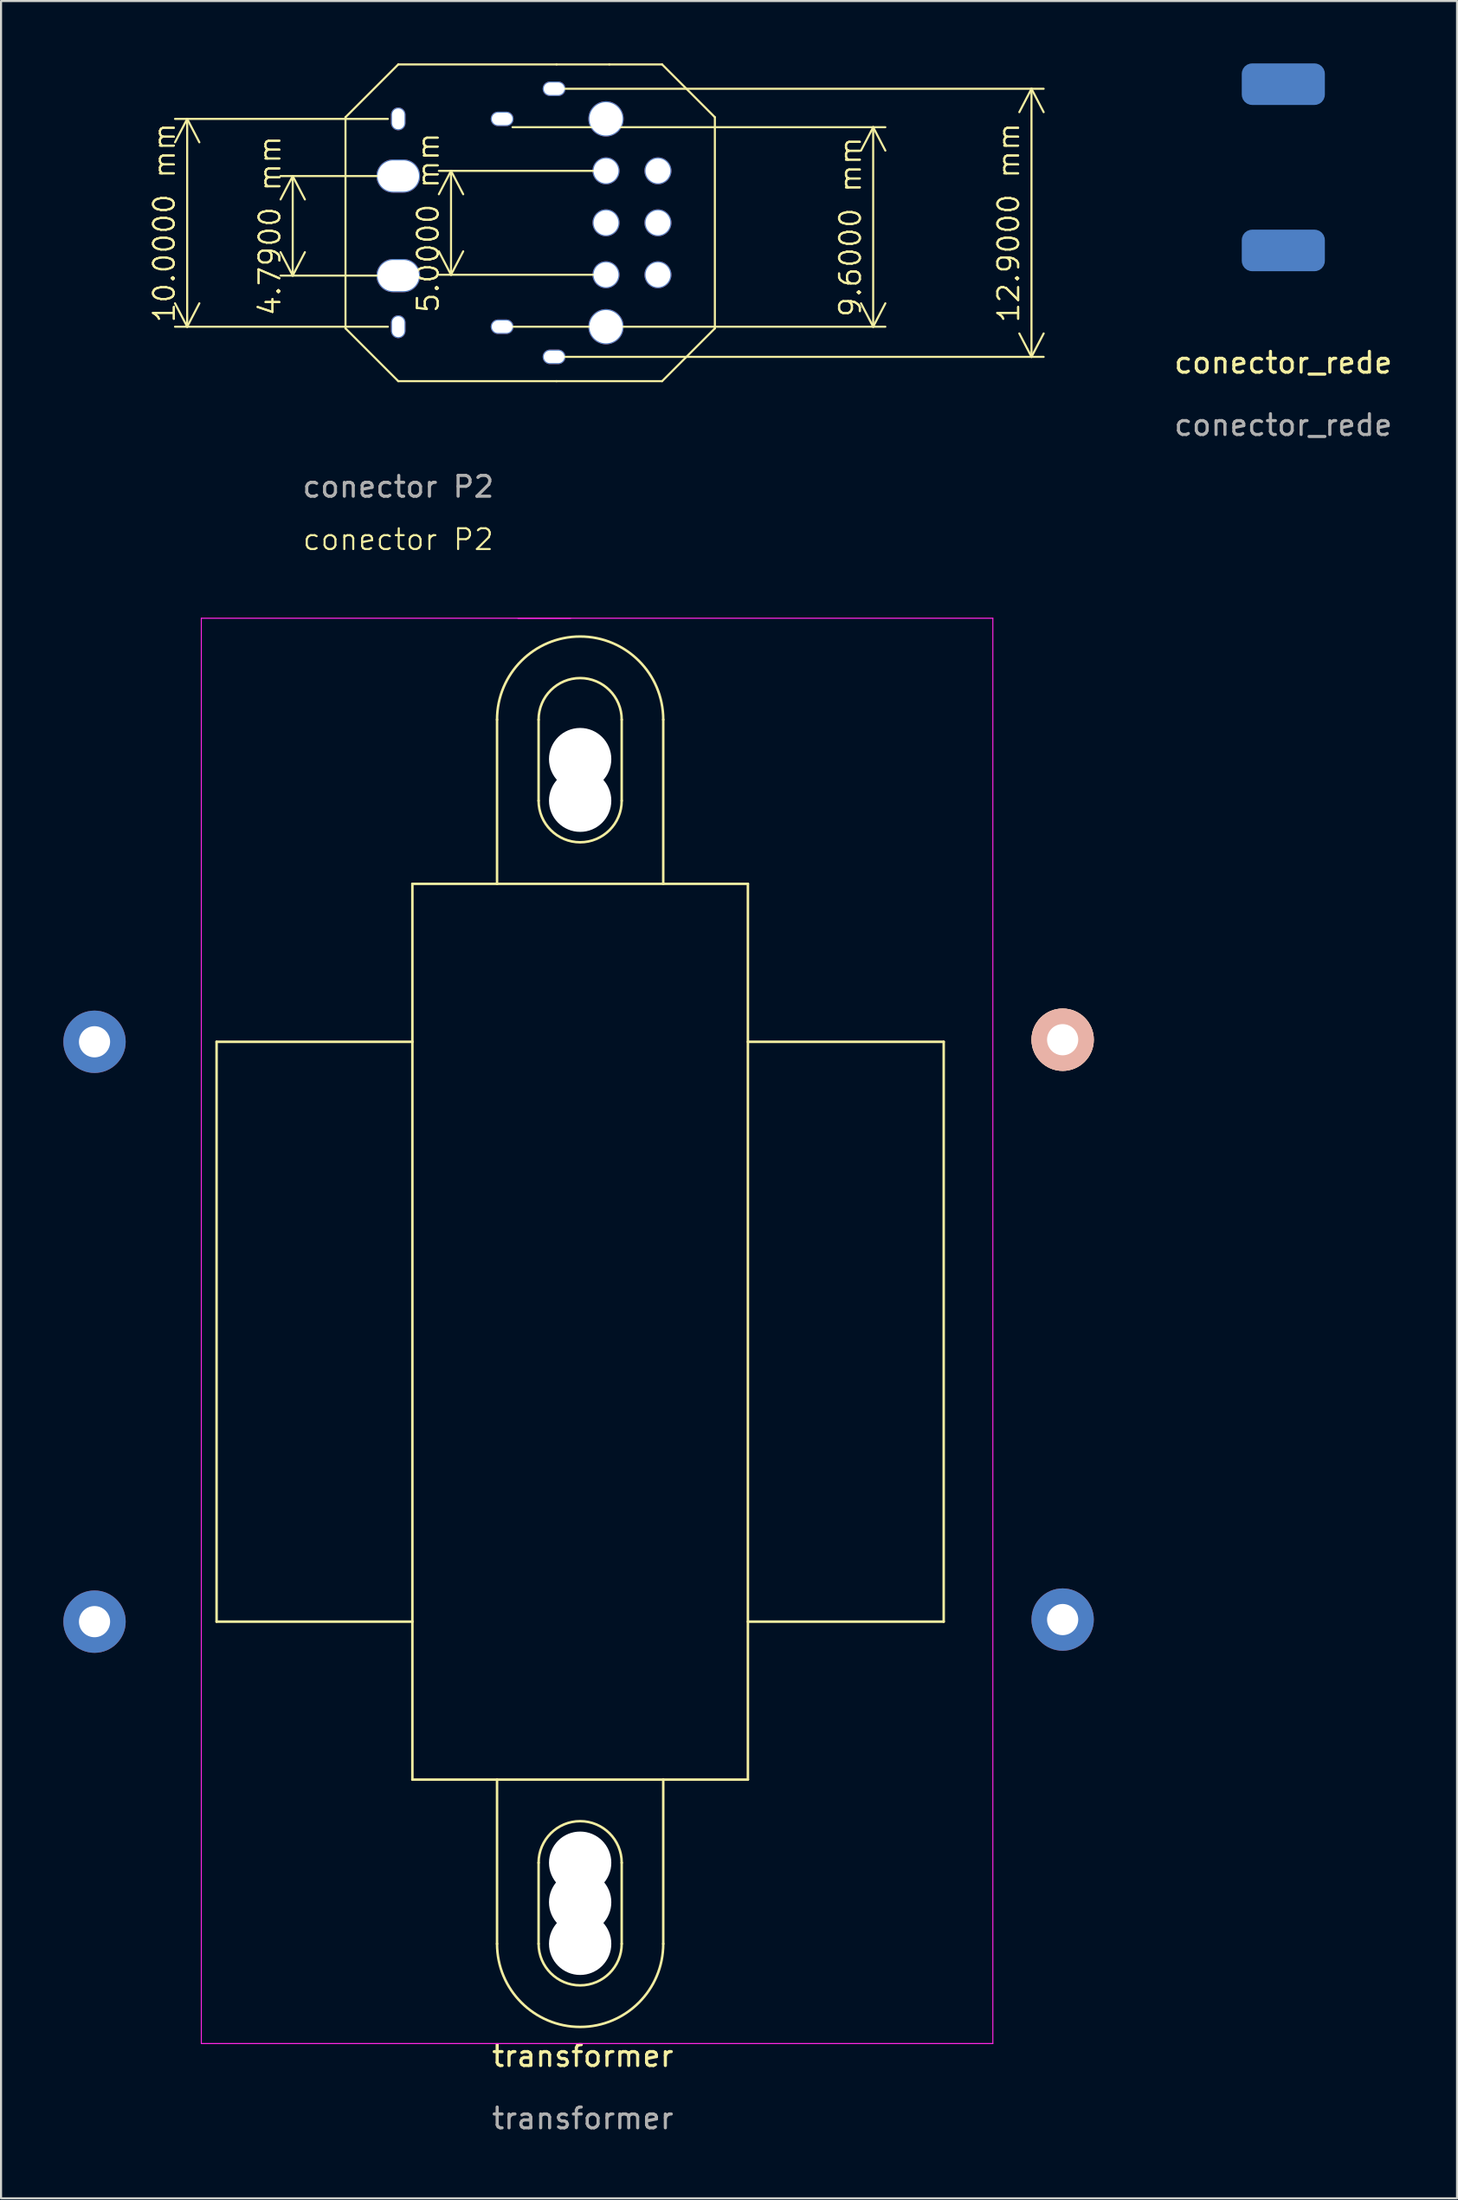
<source format=kicad_pcb>
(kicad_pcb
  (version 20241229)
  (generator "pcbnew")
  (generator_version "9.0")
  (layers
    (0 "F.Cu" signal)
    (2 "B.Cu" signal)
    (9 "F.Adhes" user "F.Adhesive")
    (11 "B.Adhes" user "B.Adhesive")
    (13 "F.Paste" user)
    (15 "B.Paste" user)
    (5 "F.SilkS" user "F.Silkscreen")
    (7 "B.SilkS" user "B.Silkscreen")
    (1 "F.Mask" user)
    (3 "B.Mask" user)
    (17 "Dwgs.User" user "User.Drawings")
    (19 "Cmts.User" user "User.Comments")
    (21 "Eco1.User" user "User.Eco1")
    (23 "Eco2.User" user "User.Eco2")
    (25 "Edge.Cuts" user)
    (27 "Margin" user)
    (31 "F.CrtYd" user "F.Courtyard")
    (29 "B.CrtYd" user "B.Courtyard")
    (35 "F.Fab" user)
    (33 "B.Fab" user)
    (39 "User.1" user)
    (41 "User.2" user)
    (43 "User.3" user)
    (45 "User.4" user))
  (footprint "conector_rede"
    (layer "F.Cu")
    (at 58.722 9)
    (property "Reference" "conector_rede" (at 0 5.4 0) (unlocked yes) (layer "F.SilkS") (effects (font (size 1 1) (thickness 0.15))))
    (attr through_hole)
    (fp_text user "${REFERENCE}" (at 0 8.4 0) (unlocked yes) (layer "F.Fab") (effects (font (size 1 1) (thickness 0.15))))
    (pad "1" smd roundrect (at 0 -8) (size 4 2) (layers "F.Mask" "B.Cu" "F.Paste") (roundrect_rratio 0.25))
    (pad "2" smd roundrect (at 0 0) (size 4 2) (layers "F.Mask" "B.Cu" "F.Paste") (roundrect_rratio 0.25)))
  (footprint "conector P2"
    (layer "F.Cu")
    (at 16.12 7.67)
    (property "Reference" "conector P2" (at 0 15.24 0) (unlocked yes) (layer "F.SilkS") (effects (font (size 1 1) (thickness 0.1))))
    (attr smd)
    (fp_line (start -2.54 -5.08) (end 0 -7.62) (stroke (width 0.1) (type solid)) (layer "F.SilkS"))
    (fp_line (start -2.54 5.08) (end -2.54 -5.08) (stroke (width 0.1) (type solid)) (layer "F.SilkS"))
    (fp_line (start 0 -7.62) (end 7.62 -7.62) (stroke (width 0.1) (type solid)) (layer "F.SilkS"))
    (fp_line (start 0 7.62) (end -2.54 5.08) (stroke (width 0.1) (type solid)) (layer "F.SilkS"))
    (fp_line (start 7.62 -7.62) (end 10.16 -7.62) (stroke (width 0.1) (type solid)) (layer "F.SilkS"))
    (fp_line (start 7.62 7.62) (end 0 7.62) (stroke (width 0.1) (type solid)) (layer "F.SilkS"))
    (fp_line (start 10.16 -7.62) (end 12.7 -7.62) (stroke (width 0.1) (type solid)) (layer "F.SilkS"))
    (fp_line (start 12.7 -7.62) (end 15.24 -5.08) (stroke (width 0.1) (type solid)) (layer "F.SilkS"))
    (fp_line (start 12.7 7.62) (end 7.62 7.62) (stroke (width 0.1) (type solid)) (layer "F.SilkS"))
    (fp_line (start 15.24 -5.08) (end 15.24 5.08) (stroke (width 0.1) (type solid)) (layer "F.SilkS"))
    (fp_line (start 15.24 5.08) (end 12.7 7.62) (stroke (width 0.1) (type solid)) (layer "F.SilkS"))
    (fp_text user "${REFERENCE}" (at 0 12.7 0) (unlocked yes) (layer "F.Fab") (effects (font (size 1 1) (thickness 0.15))))
    (dimension (type aligned) (layer "F.SilkS") (pts (xy 16.12 12.67) (xy 16.12 2.67)) (height -10.16) (format (prefix "") (suffix "") (units 3) (units_format 1) (precision 4)) (style (thickness 0.1) (arrow_length 1.27) (text_position_mode 0) (arrow_direction outward) (extension_height 0.586) (extension_offset 0.5) (keep_text_aligned yes)) (gr_text "10.0000 mm" (at 4.86 7.67 90) (layer "F.SilkS") (effects (font (size 1 1) (thickness 0.1)))))
    (dimension (type aligned) (layer "F.SilkS") (pts (xy 21.12 12.67) (xy 21.12 3.07)) (height 17.86) (format (prefix "") (suffix "") (units 3) (units_format 1) (precision 4)) (style (thickness 0.1) (arrow_length 1.27) (text_position_mode 0) (arrow_direction outward) (extension_height 0.586) (extension_offset 0.5) (keep_text_aligned yes)) (gr_text "9.6000 mm" (at 37.88 7.87 90) (layer "F.SilkS") (effects (font (size 1 1) (thickness 0.1)))))
    (dimension (type aligned) (layer "F.SilkS") (pts (xy 26.12 5.17) (xy 26.12 10.17)) (height 7.46) (format (prefix "") (suffix "") (units 3) (units_format 1) (precision 4)) (style (thickness 0.1) (arrow_length 1.27) (text_position_mode 0) (arrow_direction outward) (extension_height 0.586) (extension_offset 0.5) (keep_text_aligned yes)) (gr_text "5.0000 mm" (at 17.56 7.67 90) (layer "F.SilkS") (effects (font (size 1 1) (thickness 0.1)))))
    (dimension (type aligned) (layer "F.SilkS") (pts (xy 16.12 10.21) (xy 16.12 5.42)) (height -5.08) (format (prefix "") (suffix "") (units 3) (units_format 1) (precision 4)) (style (thickness 0.1) (arrow_length 1.27) (text_position_mode 0) (arrow_direction outward) (extension_height 0.586) (extension_offset 0.5) (keep_text_aligned yes)) (gr_text "4.7900 mm" (at 9.94 7.815 90) (layer "F.SilkS") (effects (font (size 1 1) (thickness 0.1)))))
    (dimension (type aligned) (layer "F.SilkS") (pts (xy 23.62 1.22) (xy 23.62 14.12)) (height -22.98) (format (prefix "") (suffix "") (units 3) (units_format 1) (precision 4)) (style (thickness 0.1) (arrow_length 1.27) (text_position_mode 0) (arrow_direction outward) (extension_height 0.586) (extension_offset 0.5) (keep_text_aligned yes)) (gr_text "12.9000 mm" (at 45.5 7.67 90) (layer "F.SilkS") (effects (font (size 1 1) (thickness 0.1)))))
    (pad "" np_thru_hole oval (at 0 -2.25) (size 2.1 1.6) (drill oval 2 1.5) (layers "*.Cu" "*.Mask"))
    (pad "" np_thru_hole oval (at 0 2.54) (size 2.1 1.6) (drill oval 2 1.5) (layers "*.Cu" "*.Mask"))
    (pad "" np_thru_hole circle (at 10 -5) (size 1.7 1.7) (drill 1.6) (layers "*.Cu" "*.Mask"))
    (pad "" np_thru_hole circle (at 10 -2.5) (size 1.3 1.3) (drill 1.2) (layers "*.Cu" "*.Mask"))
    (pad "" np_thru_hole circle (at 10 0) (size 1.3 1.3) (drill 1.2) (layers "*.Cu" "*.Mask"))
    (pad "" np_thru_hole circle (at 10 2.5) (size 1.3 1.3) (drill 1.2) (layers "*.Cu" "*.Mask"))
    (pad "" np_thru_hole circle (at 10 5) (size 1.7 1.7) (drill 1.6) (layers "*.Cu" "*.Mask"))
    (pad "" np_thru_hole circle (at 12.5 -2.5) (size 1.3 1.3) (drill 1.2) (layers "*.Cu" "*.Mask"))
    (pad "" np_thru_hole circle (at 12.5 0) (size 1.3 1.3) (drill 1.2) (layers "*.Cu" "*.Mask"))
    (pad "" np_thru_hole circle (at 12.5 2.5) (size 1.3 1.3) (drill 1.2) (layers "*.Cu" "*.Mask"))
    (pad "1" thru_hole oval (at 0 5) (size 0.7 1.1) (drill oval 0.6 1) (layers "*.Cu" "*.Mask"))
    (pad "2" thru_hole oval (at 0 -5) (size 0.7 1.1) (drill oval 0.6 1) (layers "*.Cu" "*.Mask"))
    (pad "3" thru_hole oval (at 5 5) (size 1.1 0.7) (drill oval 1 0.6) (layers "*.Cu" "*.Mask"))
    (pad "4" thru_hole oval (at 5 -5) (size 1.1 0.7) (drill oval 1 0.6) (layers "*.Cu" "*.Mask"))
    (pad "5" thru_hole oval (at 7.5 6.45) (size 1.1 0.7) (drill oval 1 0.6) (layers "*.Cu" "*.Mask"))
    (pad "6" thru_hole oval (at 7.5 -6.45) (size 1.1 0.7) (drill oval 1 0.6) (layers "*.Cu" "*.Mask")))
  (footprint "transformer"
    (layer "F.Cu")
    (at 16.8 82.576)
    (property "Reference" "transformer" (at 8.2 13.3 0) (unlocked yes) (layer "F.SilkS") (effects (font (size 1 1) (thickness 0.15))))
    (attr smd)
    (fp_line (start -9.425 -35.5) (end -9.425 -7.6) (stroke (width 0.12) (type solid)) (layer "F.SilkS"))
    (fp_line (start -9.425 -7.6) (end 0 -7.6) (stroke (width 0.12) (type solid)) (layer "F.SilkS"))
    (fp_line (start 0 -43.1) (end 0 0) (stroke (width 0.12) (type solid)) (layer "F.SilkS"))
    (fp_line (start 0 -35.5) (end -9.425 -35.5) (stroke (width 0.12) (type solid)) (layer "F.SilkS"))
    (fp_line (start 0 0) (end 16.15 0) (stroke (width 0.12) (type solid)) (layer "F.SilkS"))
    (fp_line (start 4.075 -43.1) (end 4.075 -51) (stroke (width 0.12) (type solid)) (layer "F.SilkS"))
    (fp_line (start 4.075 0) (end 4.075 7.9) (stroke (width 0.12) (type solid)) (layer "F.SilkS"))
    (fp_line (start 6.075 -51) (end 6.075 -47.1) (stroke (width 0.12) (type solid)) (layer "F.SilkS"))
    (fp_line (start 6.075 4) (end 6.075 7.9) (stroke (width 0.12) (type solid)) (layer "F.SilkS"))
    (fp_line (start 10.075 -51) (end 10.075 -47.1) (stroke (width 0.12) (type solid)) (layer "F.SilkS"))
    (fp_line (start 10.075 4) (end 10.075 7.9) (stroke (width 0.12) (type solid)) (layer "F.SilkS"))
    (fp_line (start 12.075 -43.1) (end 12.075 -51) (stroke (width 0.12) (type solid)) (layer "F.SilkS"))
    (fp_line (start 12.075 0) (end 12.075 7.9) (stroke (width 0.12) (type solid)) (layer "F.SilkS"))
    (fp_line (start 16.15 -43.1) (end 0 -43.1) (stroke (width 0.12) (type solid)) (layer "F.SilkS"))
    (fp_line (start 16.15 -35.5) (end 25.575 -35.5) (stroke (width 0.12) (type solid)) (layer "F.SilkS"))
    (fp_line (start 16.15 0) (end 16.15 -43.1) (stroke (width 0.12) (type solid)) (layer "F.SilkS"))
    (fp_line (start 25.575 -35.5) (end 25.575 -7.6) (stroke (width 0.12) (type solid)) (layer "F.SilkS"))
    (fp_line (start 25.575 -7.6) (end 16.15 -7.6) (stroke (width 0.12) (type solid)) (layer "F.SilkS"))
    (fp_arc (start 4.075 -51) (mid 8.075 -55) (end 12.075 -51) (stroke (width 0.12) (type solid)) (layer "F.SilkS"))
    (fp_arc (start 6.075 -51) (mid 8.075 -53) (end 10.075 -51) (stroke (width 0.12) (type solid)) (layer "F.SilkS"))
    (fp_arc (start 6.075 4) (mid 8.075 2) (end 10.075 4) (stroke (width 0.12) (type solid)) (layer "F.SilkS"))
    (fp_arc (start 10.075 -47.1) (mid 8.075 -45.1) (end 6.075 -47.1) (stroke (width 0.12) (type solid)) (layer "F.SilkS"))
    (fp_arc (start 10.075 7.9) (mid 8.075 9.9) (end 6.075 7.9) (stroke (width 0.12) (type solid)) (layer "F.SilkS"))
    (fp_arc (start 12.075 7.9) (mid 8.075 11.9) (end 4.075 7.9) (stroke (width 0.12) (type solid)) (layer "F.SilkS"))
    (fp_line (start -10.16 -55.88) (end -10.16 12.7) (stroke (width 0.05) (type solid)) (layer "F.CrtYd"))
    (fp_line (start -10.16 12.7) (end 27.94 12.7) (stroke (width 0.05) (type solid)) (layer "F.CrtYd"))
    (fp_line (start 7.62 -55.88) (end -10.16 -55.88) (stroke (width 0.05) (type solid)) (layer "F.CrtYd"))
    (fp_line (start 27.94 -55.88) (end 5.08 -55.88) (stroke (width 0.05) (type solid)) (layer "F.CrtYd"))
    (fp_line (start 27.94 12.7) (end 27.94 -55.88) (stroke (width 0.05) (type solid)) (layer "F.CrtYd"))
    (fp_text user "${REFERENCE}" (at 8.2 16.3 0) (unlocked yes) (layer "F.Fab") (effects (font (size 1 1) (thickness 0.15))))
    (pad "" np_thru_hole circle (at 8.075 -51) (size 0.001 0.001) (drill 4) (layers "*.Cu" "*.Mask"))
    (pad "" np_thru_hole circle (at 8.075 -49.1) (size 3 3) (drill 4) (layers "*.Cu" "*.Mask"))
    (pad "" np_thru_hole circle (at 8.075 -47.1) (size 3 3) (drill 4) (layers "*.Cu" "*.Mask"))
    (pad "" np_thru_hole circle (at 8.075 4) (size 3 3) (drill 4) (layers "*.Cu" "*.Mask"))
    (pad "" np_thru_hole circle (at 8.075 5.9) (size 3 3) (drill 4) (layers "*.Cu" "*.Mask"))
    (pad "" np_thru_hole circle (at 8.075 7.9) (size 3 3) (drill 4) (layers "*.Cu" "*.Mask"))
    (pad "1" thru_hole circle (at -15.3 -35.5) (size 3 3) (drill 1.5) (layers "*.Cu" "*.Mask"))
    (pad "2" thru_hole circle (at -15.3 -7.6) (size 3 3) (drill 1.5) (layers "*.Cu" "*.Mask"))
    (pad "3" thru_hole circle (at 31.3 -7.7) (size 3 3) (drill 1.5) (layers "*.Cu" "*.Mask"))
    (pad "4" thru_hole circle (at 31.3 -35.6) (size 3 3) (drill 1.5) (layers "*.Cu" "*.SilkS")))
  (gr_rect
    (start -3 -3)
    (end 67.085 102.724)
    (stroke (width 0.1) (type default))
    (fill no)
    (layer "Edge.Cuts")))
</source>
